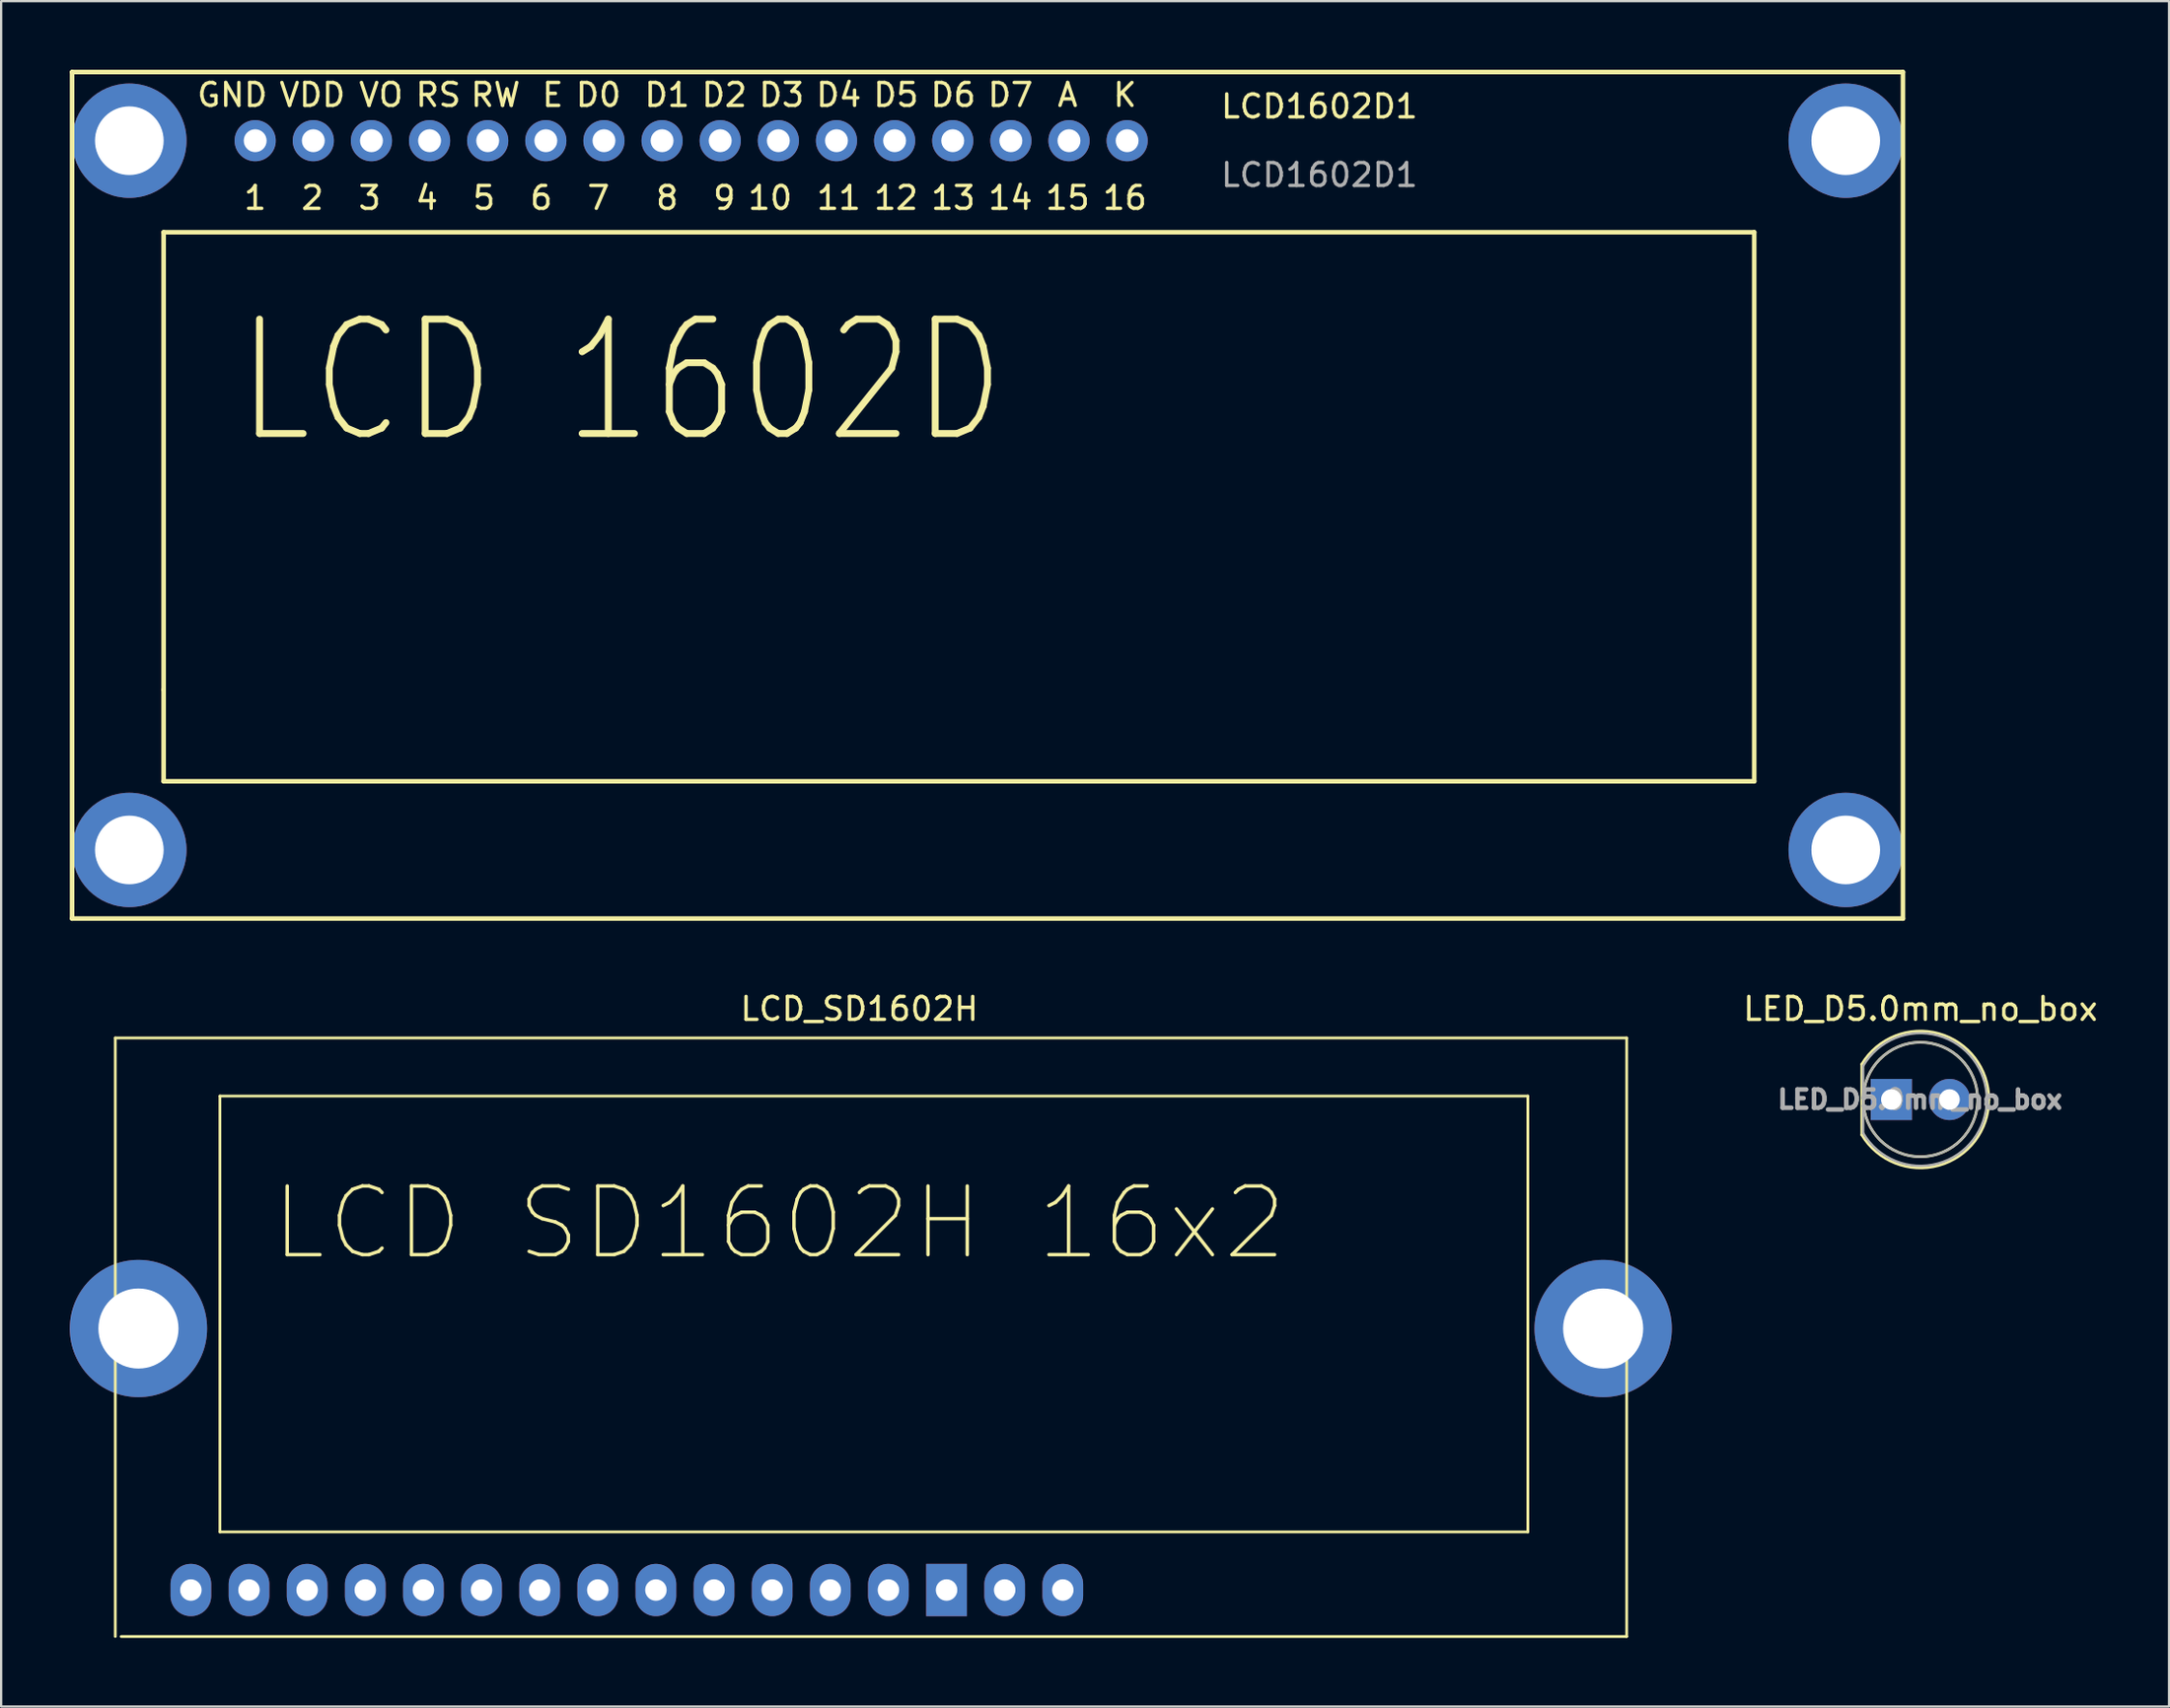
<source format=kicad_pcb>
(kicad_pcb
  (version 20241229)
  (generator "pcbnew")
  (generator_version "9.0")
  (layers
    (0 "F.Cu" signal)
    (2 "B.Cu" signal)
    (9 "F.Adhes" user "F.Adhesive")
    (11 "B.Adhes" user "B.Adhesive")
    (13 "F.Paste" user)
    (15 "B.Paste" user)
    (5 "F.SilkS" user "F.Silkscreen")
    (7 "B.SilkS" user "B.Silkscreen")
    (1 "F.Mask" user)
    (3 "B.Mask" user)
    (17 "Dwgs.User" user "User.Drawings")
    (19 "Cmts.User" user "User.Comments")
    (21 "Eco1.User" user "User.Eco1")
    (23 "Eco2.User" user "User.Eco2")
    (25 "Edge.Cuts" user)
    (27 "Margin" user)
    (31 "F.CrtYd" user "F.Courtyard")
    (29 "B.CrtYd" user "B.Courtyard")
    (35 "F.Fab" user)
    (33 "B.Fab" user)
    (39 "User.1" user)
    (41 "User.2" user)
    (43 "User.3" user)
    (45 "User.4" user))
  (footprint "LED_D5.0mm_no_box"
    (layer "F.Cu")
    (at 79.593 45.008)
    (property "Reference" "LED_D5.0mm_no_box" (at 1.27 -3.96 0) (layer "F.SilkS") (effects (font (size 1 1) (thickness 0.15))))
    (attr through_hole)
    (fp_line (start -1.29 -1.545) (end -1.29 1.545) (stroke (width 0.12) (type solid)) (layer "F.SilkS"))
    (fp_arc (start -1.29 -1.54483) (mid 2.072002 -2.880433) (end 4.26 0.000462) (stroke (width 0.12) (type solid)) (layer "F.SilkS"))
    (fp_arc (start 4.26 -0.000462) (mid 2.072002 2.880433) (end -1.29 1.54483) (stroke (width 0.12) (type solid)) (layer "F.SilkS"))
    (fp_circle (center 1.27 0) (end 3.77 0) (stroke (width 0.12) (type solid)) (fill no) (layer "F.SilkS"))
    (fp_line (start -1.23 -1.47) (end -1.23 1.47) (stroke (width 0.1) (type solid)) (layer "F.Fab"))
    (fp_arc (start -1.23 -1.469694) (mid 4.17 0.000016) (end -1.230016 1.469666) (stroke (width 0.1) (type solid)) (layer "F.Fab"))
    (fp_circle (center 1.27 0) (end 3.77 0) (stroke (width 0.1) (type solid)) (fill no) (layer "F.Fab"))
    (fp_text user "${REFERENCE}" (at 1.25 0 0) (layer "F.Fab") (effects (font (size 0.8 0.8) (thickness 0.2))))
    (pad "1" thru_hole rect (at 0 0) (size 1.8 1.8) (drill 0.9) (layers "*.Cu" "*.Mask"))
    (pad "2" thru_hole circle (at 2.54 0) (size 1.8 1.8) (drill 0.9) (layers "*.Cu" "*.Mask")))
  (footprint "LCD1602D1"
    (layer "F.Cu")
    (at 8.1 3.1)
    (property "Reference" "LCD1602D1" (at 46.5 -1.5 0) (unlocked yes) (layer "F.SilkS") (effects (font (size 1 1) (thickness 0.15))))
    (attr through_hole)
    (fp_line (start -8 -3) (end 72 -3) (stroke (width 0.2) (type solid)) (layer "F.SilkS"))
    (fp_line (start -8 34) (end -8 -3) (stroke (width 0.2) (type solid)) (layer "F.SilkS"))
    (fp_line (start -4 4) (end -4 24) (stroke (width 0.2) (type solid)) (layer "F.SilkS"))
    (fp_line (start -4 24) (end -4 28) (stroke (width 0.2) (type solid)) (layer "F.SilkS"))
    (fp_line (start -4 28) (end 65.5 28) (stroke (width 0.2) (type solid)) (layer "F.SilkS"))
    (fp_line (start 65.5 4) (end -4 4) (stroke (width 0.2) (type solid)) (layer "F.SilkS"))
    (fp_line (start 65.5 28) (end 65.5 4) (stroke (width 0.2) (type solid)) (layer "F.SilkS"))
    (fp_line (start 72 -3) (end 72 34) (stroke (width 0.2) (type solid)) (layer "F.SilkS"))
    (fp_line (start 72 34) (end -8 34) (stroke (width 0.2) (type solid)) (layer "F.SilkS"))
    (fp_text user "D2" (at 20.5 -2 0) (unlocked yes) (layer "F.SilkS") (effects (font (size 1 1) (thickness 0.15))))
    (fp_text user "5" (at 10 2.5 0) (unlocked yes) (layer "F.SilkS") (effects (font (size 1 1) (thickness 0.15))))
    (fp_text user "3" (at 5 2.5 0) (unlocked yes) (layer "F.SilkS") (effects (font (size 1 1) (thickness 0.15))))
    (fp_text user "LCD 1602D" (at 16 10.5 0) (unlocked yes) (layer "F.SilkS") (effects (font (size 5 4) (thickness 0.3))))
    (fp_text user "GND" (at -1 -2 0) (unlocked yes) (layer "F.SilkS") (effects (font (size 1 1) (thickness 0.15))))
    (fp_text user "D5" (at 28 -2 0) (unlocked yes) (layer "F.SilkS") (effects (font (size 1 1) (thickness 0.15))))
    (fp_text user "D7" (at 33 -2 0) (unlocked yes) (layer "F.SilkS") (effects (font (size 1 1) (thickness 0.15))))
    (fp_text user "9" (at 20.5 2.5 0) (unlocked yes) (layer "F.SilkS") (effects (font (size 1 1) (thickness 0.15))))
    (fp_text user "VDD" (at 2.5 -2 0) (unlocked yes) (layer "F.SilkS") (effects (font (size 1 1) (thickness 0.15))))
    (fp_text user "A" (at 35.5 -2 0) (unlocked yes) (layer "F.SilkS") (effects (font (size 1 1) (thickness 0.15))))
    (fp_text user "D1" (at 18 -2 0) (unlocked yes) (layer "F.SilkS") (effects (font (size 1 1) (thickness 0.15))))
    (fp_text user "15" (at 35.5 2.5 0) (unlocked yes) (layer "F.SilkS") (effects (font (size 1 1) (thickness 0.15))))
    (fp_text user "4" (at 7.5 2.5 0) (unlocked yes) (layer "F.SilkS") (effects (font (size 1 1) (thickness 0.15))))
    (fp_text user "D3" (at 23 -2 0) (unlocked yes) (layer "F.SilkS") (effects (font (size 1 1) (thickness 0.15))))
    (fp_text user "K" (at 38 -2 0) (unlocked yes) (layer "F.SilkS") (effects (font (size 1 1) (thickness 0.15))))
    (fp_text user "6" (at 12.5 2.5 0) (unlocked yes) (layer "F.SilkS") (effects (font (size 1 1) (thickness 0.15))))
    (fp_text user "E" (at 13 -2 0) (unlocked yes) (layer "F.SilkS") (effects (font (size 1 1) (thickness 0.15))))
    (fp_text user "11" (at 25.5 2.5 0) (unlocked yes) (layer "F.SilkS") (effects (font (size 1 1) (thickness 0.15))))
    (fp_text user "12" (at 28 2.5 0) (unlocked yes) (layer "F.SilkS") (effects (font (size 1 1) (thickness 0.15))))
    (fp_text user "13" (at 30.5 2.5 0) (unlocked yes) (layer "F.SilkS") (effects (font (size 1 1) (thickness 0.15))))
    (fp_text user "10" (at 22.5 2.5 0) (unlocked yes) (layer "F.SilkS") (effects (font (size 1 1) (thickness 0.15))))
    (fp_text user "14" (at 33 2.5 0) (unlocked yes) (layer "F.SilkS") (effects (font (size 1 1) (thickness 0.15))))
    (fp_text user "16" (at 38 2.5 0) (unlocked yes) (layer "F.SilkS") (effects (font (size 1 1) (thickness 0.15))))
    (fp_text user "1" (at 0 2.5 0) (unlocked yes) (layer "F.SilkS") (effects (font (size 1 1) (thickness 0.15))))
    (fp_text user "D0" (at 15 -2 0) (unlocked yes) (layer "F.SilkS") (effects (font (size 1 1) (thickness 0.15))))
    (fp_text user "8" (at 18 2.5 0) (unlocked yes) (layer "F.SilkS") (effects (font (size 1 1) (thickness 0.15))))
    (fp_text user "2" (at 2.5 2.5 0) (unlocked yes) (layer "F.SilkS") (effects (font (size 1 1) (thickness 0.15))))
    (fp_text user "RW" (at 10.5 -2 0) (unlocked yes) (layer "F.SilkS") (effects (font (size 1 1) (thickness 0.15))))
    (fp_text user "VO" (at 5.5 -2 0) (unlocked yes) (layer "F.SilkS") (effects (font (size 1 1) (thickness 0.15))))
    (fp_text user "D4" (at 25.5 -2 0) (unlocked yes) (layer "F.SilkS") (effects (font (size 1 1) (thickness 0.15))))
    (fp_text user "7" (at 15 2.5 0) (unlocked yes) (layer "F.SilkS") (effects (font (size 1 1) (thickness 0.15))))
    (fp_text user "RS" (at 8 -2 0) (unlocked yes) (layer "F.SilkS") (effects (font (size 1 1) (thickness 0.15))))
    (fp_text user "D6" (at 30.5 -2 0) (unlocked yes) (layer "F.SilkS") (effects (font (size 1 1) (thickness 0.15))))
    (fp_text user "${REFERENCE}" (at 46.5 1.5 0) (unlocked yes) (layer "F.Fab") (effects (font (size 1 1) (thickness 0.15))))
    (pad "1" thru_hole circle (at 0 0) (size 1.8 1.8) (drill 1) (layers "*.Cu" "*.Mask"))
    (pad "2" thru_hole circle (at 2.54 0) (size 1.8 1.8) (drill 1) (layers "*.Cu" "*.Mask"))
    (pad "3" thru_hole circle (at 5.08 0) (size 1.8 1.8) (drill 1) (layers "*.Cu" "*.Mask"))
    (pad "4" thru_hole circle (at 7.62 0) (size 1.8 1.8) (drill 1) (layers "*.Cu" "*.Mask"))
    (pad "5" thru_hole circle (at 10.16 0) (size 1.8 1.8) (drill 1) (layers "*.Cu" "*.Mask"))
    (pad "6" thru_hole circle (at 12.7 0) (size 1.8 1.8) (drill 1) (layers "*.Cu" "*.Mask"))
    (pad "7" thru_hole circle (at 15.24 0) (size 1.8 1.8) (drill 1) (layers "*.Cu" "*.Mask"))
    (pad "8" thru_hole circle (at 17.78 0) (size 1.8 1.8) (drill 1) (layers "*.Cu" "*.Mask"))
    (pad "9" thru_hole circle (at 20.32 0) (size 1.8 1.8) (drill 1) (layers "*.Cu" "*.Mask"))
    (pad "10" thru_hole circle (at 22.86 0) (size 1.8 1.8) (drill 1) (layers "*.Cu" "*.Mask"))
    (pad "11" thru_hole circle (at 25.4 0) (size 1.8 1.8) (drill 1) (layers "*.Cu" "*.Mask"))
    (pad "12" thru_hole circle (at 27.94 0) (size 1.8 1.8) (drill 1) (layers "*.Cu" "*.Mask"))
    (pad "13" thru_hole circle (at 30.48 0) (size 1.8 1.8) (drill 1) (layers "*.Cu" "*.Mask"))
    (pad "14" thru_hole circle (at 33.02 0) (size 1.8 1.8) (drill 1) (layers "*.Cu" "*.Mask"))
    (pad "15" thru_hole circle (at 35.56 0) (size 1.8 1.8) (drill 1) (layers "*.Cu" "*.Mask"))
    (pad "16" thru_hole circle (at 38.1 0) (size 1.8 1.8) (drill 1) (layers "*.Cu" "*.Mask"))
    (pad "17" thru_hole circle (at -5.5 0) (size 5 5) (drill 3) (layers "*.Cu" "*.Mask"))
    (pad "18" thru_hole circle (at 69.5 0) (size 5 5) (drill 3) (layers "*.Cu" "*.Mask"))
    (pad "19" thru_hole circle (at -5.5 31) (size 5 5) (drill 3) (layers "*.Cu" "*.Mask"))
    (pad "20" thru_hole circle (at 69.5 31) (size 5 5) (drill 3) (layers "*.Cu" "*.Mask")))
  (footprint "LCD_SD1602H"
    (layer "F.Cu")
    (at 34.5 63.908)
    (property "Reference" "LCD_SD1602H" (at 0 -22.86 0) (layer "F.SilkS") (effects (font (size 1 1) (thickness 0.15))))
    (attr through_hole)
    (fp_line (start -32.512 -21.59) (end -32.512 4.572) (stroke (width 0.12) (type solid)) (layer "F.SilkS"))
    (fp_line (start -32.258 4.572) (end 33.528 4.572) (stroke (width 0.12) (type solid)) (layer "F.SilkS"))
    (fp_line (start -27.94 -19.05) (end 29.21 -19.05) (stroke (width 0.12) (type solid)) (layer "F.SilkS"))
    (fp_line (start -27.94 0) (end -27.94 -19.05) (stroke (width 0.12) (type solid)) (layer "F.SilkS"))
    (fp_line (start 29.21 -19.05) (end 29.21 0) (stroke (width 0.12) (type solid)) (layer "F.SilkS"))
    (fp_line (start 29.21 0) (end -27.94 0) (stroke (width 0.12) (type solid)) (layer "F.SilkS"))
    (fp_line (start 33.528 -21.59) (end -32.512 -21.59) (stroke (width 0.12) (type solid)) (layer "F.SilkS"))
    (fp_line (start 33.528 4.572) (end 33.528 -21.59) (stroke (width 0.12) (type solid)) (layer "F.SilkS"))
    (fp_text user "LCD SD1602H 16x2" (at -3.5 -13.5 0) (layer "F.SilkS") (effects (font (size 3 3) (thickness 0.15))))
    (pad "1" thru_hole rect (at 3.81 2.54) (size 1.778 2.286) (drill 0.94) (layers "*.Cu" "*.Mask"))
    (pad "2" thru_hole oval (at 1.27 2.54) (size 1.778 2.286) (drill 0.94) (layers "*.Cu" "*.Mask"))
    (pad "3" thru_hole oval (at -1.27 2.54) (size 1.778 2.286) (drill 0.94) (layers "*.Cu" "*.Mask"))
    (pad "4" thru_hole oval (at -3.81 2.54) (size 1.778 2.286) (drill 0.94) (layers "*.Cu" "*.Mask"))
    (pad "5" thru_hole oval (at -6.35 2.54) (size 1.778 2.286) (drill 0.94) (layers "*.Cu" "*.Mask"))
    (pad "6" thru_hole oval (at -8.89 2.54) (size 1.778 2.286) (drill 0.94) (layers "*.Cu" "*.Mask"))
    (pad "7" thru_hole oval (at -11.43 2.54) (size 1.778 2.286) (drill 0.94) (layers "*.Cu" "*.Mask"))
    (pad "8" thru_hole oval (at -13.97 2.54) (size 1.778 2.286) (drill 0.94) (layers "*.Cu" "*.Mask"))
    (pad "9" thru_hole oval (at -16.51 2.54) (size 1.778 2.286) (drill 0.94) (layers "*.Cu" "*.Mask"))
    (pad "10" thru_hole oval (at -19.05 2.54) (size 1.778 2.286) (drill 0.94) (layers "*.Cu" "*.Mask"))
    (pad "11" thru_hole oval (at -21.59 2.54) (size 1.778 2.286) (drill 0.94) (layers "*.Cu" "*.Mask"))
    (pad "12" thru_hole oval (at -24.13 2.54) (size 1.778 2.286) (drill 0.94) (layers "*.Cu" "*.Mask"))
    (pad "13" thru_hole oval (at -26.67 2.54) (size 1.778 2.286) (drill 0.94) (layers "*.Cu" "*.Mask"))
    (pad "14" thru_hole oval (at -29.21 2.54) (size 1.778 2.286) (drill 0.94) (layers "*.Cu" "*.Mask"))
    (pad "15" thru_hole oval (at 8.89 2.54) (size 1.778 2.286) (drill 0.94) (layers "*.Cu" "*.Mask"))
    (pad "16" thru_hole oval (at 6.35 2.54) (size 1.778 2.286) (drill 0.94) (layers "*.Cu" "*.Mask"))
    (pad "17" thru_hole circle (at -31.5 -8.89) (size 6 6) (drill 3.5) (layers "*.Cu" "*.Mask"))
    (pad "18" thru_hole circle (at 32.5 -8.89) (size 6 6) (drill 3.5) (layers "*.Cu" "*.Mask")))
  (gr_rect
    (start -3 -3)
    (end 91.726 71.54)
    (stroke (width 0.1) (type default))
    (fill no)
    (layer "Edge.Cuts")))
</source>
